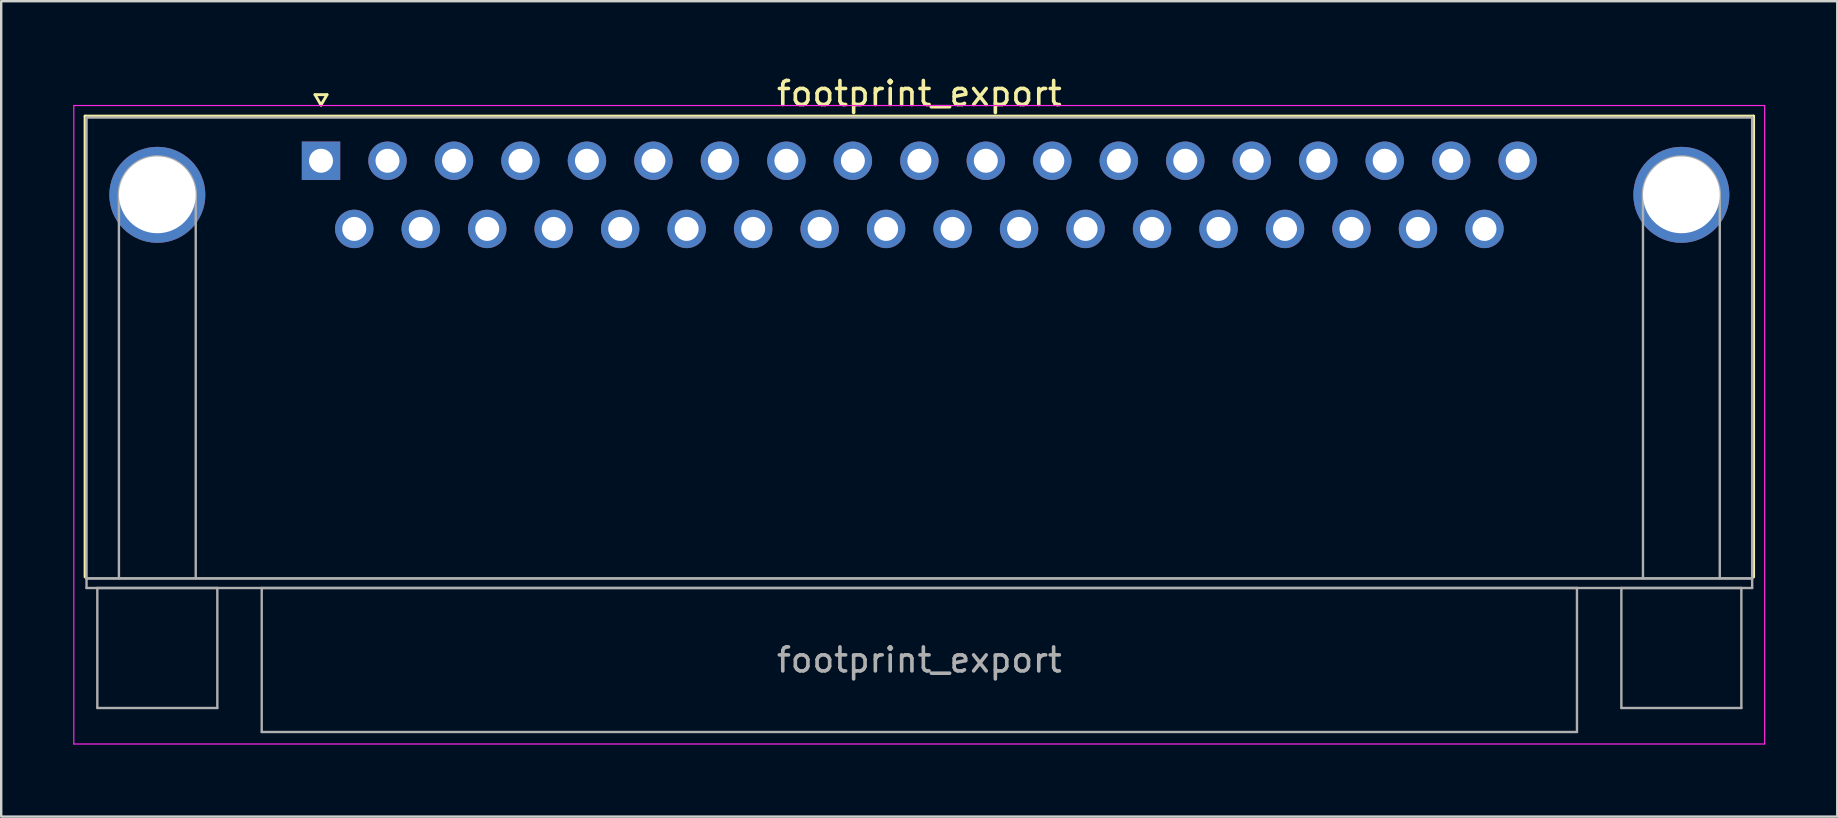
<source format=kicad_pcb>
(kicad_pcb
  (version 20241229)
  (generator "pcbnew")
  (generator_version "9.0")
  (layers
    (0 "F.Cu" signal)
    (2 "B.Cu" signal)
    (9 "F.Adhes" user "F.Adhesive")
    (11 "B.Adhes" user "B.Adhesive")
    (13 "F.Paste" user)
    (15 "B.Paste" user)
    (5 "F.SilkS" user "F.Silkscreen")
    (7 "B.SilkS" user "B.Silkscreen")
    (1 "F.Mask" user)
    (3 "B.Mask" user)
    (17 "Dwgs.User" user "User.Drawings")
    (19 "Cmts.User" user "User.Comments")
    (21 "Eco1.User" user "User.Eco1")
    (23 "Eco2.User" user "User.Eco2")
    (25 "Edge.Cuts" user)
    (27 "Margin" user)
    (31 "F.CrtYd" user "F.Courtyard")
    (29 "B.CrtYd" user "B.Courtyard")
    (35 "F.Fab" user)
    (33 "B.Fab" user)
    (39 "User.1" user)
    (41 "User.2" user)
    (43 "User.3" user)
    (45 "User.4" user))
  (footprint "footprint_export"
    (layer "F.Cu")
    (at 10.325 3.648)
    (property "Reference" "footprint_export" (at 24.93 -2.8 0) (layer "F.SilkS") (effects (font (size 1 1) (thickness 0.15))))
    (attr through_hole)
    (fp_line (start -9.83 -1.86) (end 59.69 -1.86) (stroke (width 0.12) (type solid)) (layer "F.SilkS"))
    (fp_line (start -9.83 17.34) (end -9.83 -1.86) (stroke (width 0.12) (type solid)) (layer "F.SilkS"))
    (fp_line (start -0.25 -2.754) (end 0.25 -2.754) (stroke (width 0.12) (type solid)) (layer "F.SilkS"))
    (fp_line (start 0 -2.321) (end -0.25 -2.754) (stroke (width 0.12) (type solid)) (layer "F.SilkS"))
    (fp_line (start 0.25 -2.754) (end 0 -2.321) (stroke (width 0.12) (type solid)) (layer "F.SilkS"))
    (fp_line (start 59.69 -1.86) (end 59.69 17.34) (stroke (width 0.12) (type solid)) (layer "F.SilkS"))
    (fp_line (start -10.3 -2.3) (end -10.3 24.3) (stroke (width 0.05) (type solid)) (layer "F.CrtYd"))
    (fp_line (start -10.3 24.3) (end 60.15 24.3) (stroke (width 0.05) (type solid)) (layer "F.CrtYd"))
    (fp_line (start 60.15 -2.3) (end -10.3 -2.3) (stroke (width 0.05) (type solid)) (layer "F.CrtYd"))
    (fp_line (start 60.15 24.3) (end 60.15 -2.3) (stroke (width 0.05) (type solid)) (layer "F.CrtYd"))
    (fp_line (start -9.77 -1.8) (end -9.77 17.4) (stroke (width 0.1) (type solid)) (layer "F.Fab"))
    (fp_line (start -9.77 17.4) (end -9.77 17.8) (stroke (width 0.1) (type solid)) (layer "F.Fab"))
    (fp_line (start -9.77 17.4) (end 59.63 17.4) (stroke (width 0.1) (type solid)) (layer "F.Fab"))
    (fp_line (start -9.77 17.8) (end 59.63 17.8) (stroke (width 0.1) (type solid)) (layer "F.Fab"))
    (fp_line (start -9.32 17.8) (end -9.32 22.8) (stroke (width 0.1) (type solid)) (layer "F.Fab"))
    (fp_line (start -9.32 22.8) (end -4.32 22.8) (stroke (width 0.1) (type solid)) (layer "F.Fab"))
    (fp_line (start -8.42 17.4) (end -8.42 1.42) (stroke (width 0.1) (type solid)) (layer "F.Fab"))
    (fp_line (start -5.22 17.4) (end -5.22 1.42) (stroke (width 0.1) (type solid)) (layer "F.Fab"))
    (fp_line (start -4.32 17.8) (end -9.32 17.8) (stroke (width 0.1) (type solid)) (layer "F.Fab"))
    (fp_line (start -4.32 22.8) (end -4.32 17.8) (stroke (width 0.1) (type solid)) (layer "F.Fab"))
    (fp_line (start -2.47 17.8) (end -2.47 23.8) (stroke (width 0.1) (type solid)) (layer "F.Fab"))
    (fp_line (start -2.47 23.8) (end 52.33 23.8) (stroke (width 0.1) (type solid)) (layer "F.Fab"))
    (fp_line (start 52.33 17.8) (end -2.47 17.8) (stroke (width 0.1) (type solid)) (layer "F.Fab"))
    (fp_line (start 52.33 23.8) (end 52.33 17.8) (stroke (width 0.1) (type solid)) (layer "F.Fab"))
    (fp_line (start 54.18 17.8) (end 54.18 22.8) (stroke (width 0.1) (type solid)) (layer "F.Fab"))
    (fp_line (start 54.18 22.8) (end 59.18 22.8) (stroke (width 0.1) (type solid)) (layer "F.Fab"))
    (fp_line (start 55.08 17.4) (end 55.08 1.42) (stroke (width 0.1) (type solid)) (layer "F.Fab"))
    (fp_line (start 58.28 17.4) (end 58.28 1.42) (stroke (width 0.1) (type solid)) (layer "F.Fab"))
    (fp_line (start 59.18 17.8) (end 54.18 17.8) (stroke (width 0.1) (type solid)) (layer "F.Fab"))
    (fp_line (start 59.18 22.8) (end 59.18 17.8) (stroke (width 0.1) (type solid)) (layer "F.Fab"))
    (fp_line (start 59.63 -1.8) (end -9.77 -1.8) (stroke (width 0.1) (type solid)) (layer "F.Fab"))
    (fp_line (start 59.63 17.4) (end -9.77 17.4) (stroke (width 0.1) (type solid)) (layer "F.Fab"))
    (fp_line (start 59.63 17.4) (end 59.63 -1.8) (stroke (width 0.1) (type solid)) (layer "F.Fab"))
    (fp_line (start 59.63 17.8) (end 59.63 17.4) (stroke (width 0.1) (type solid)) (layer "F.Fab"))
    (fp_arc (start -8.42 1.42) (mid -6.82 -0.18) (end -5.22 1.42) (stroke (width 0.1) (type solid)) (layer "F.Fab"))
    (fp_arc (start 55.08 1.42) (mid 56.68 -0.18) (end 58.28 1.42) (stroke (width 0.1) (type solid)) (layer "F.Fab"))
    (fp_text user "${REFERENCE}" (at 24.93 20.8 0) (layer "F.Fab") (effects (font (size 1 1) (thickness 0.15))))
    (pad "0" thru_hole circle (at -6.82 1.42) (size 4 4) (drill 3.2) (layers "*.Cu" "*.Mask"))
    (pad "0" thru_hole circle (at 56.68 1.42) (size 4 4) (drill 3.2) (layers "*.Cu" "*.Mask"))
    (pad "1" thru_hole rect (at 0 0) (size 1.6 1.6) (drill 1) (layers "*.Cu" "*.Mask"))
    (pad "2" thru_hole circle (at 2.77 0) (size 1.6 1.6) (drill 1) (layers "*.Cu" "*.Mask"))
    (pad "3" thru_hole circle (at 5.54 0) (size 1.6 1.6) (drill 1) (layers "*.Cu" "*.Mask"))
    (pad "4" thru_hole circle (at 8.31 0) (size 1.6 1.6) (drill 1) (layers "*.Cu" "*.Mask"))
    (pad "5" thru_hole circle (at 11.08 0) (size 1.6 1.6) (drill 1) (layers "*.Cu" "*.Mask"))
    (pad "6" thru_hole circle (at 13.85 0) (size 1.6 1.6) (drill 1) (layers "*.Cu" "*.Mask"))
    (pad "7" thru_hole circle (at 16.62 0) (size 1.6 1.6) (drill 1) (layers "*.Cu" "*.Mask"))
    (pad "8" thru_hole circle (at 19.39 0) (size 1.6 1.6) (drill 1) (layers "*.Cu" "*.Mask"))
    (pad "9" thru_hole circle (at 22.16 0) (size 1.6 1.6) (drill 1) (layers "*.Cu" "*.Mask"))
    (pad "10" thru_hole circle (at 24.93 0) (size 1.6 1.6) (drill 1) (layers "*.Cu" "*.Mask"))
    (pad "11" thru_hole circle (at 27.7 0) (size 1.6 1.6) (drill 1) (layers "*.Cu" "*.Mask"))
    (pad "12" thru_hole circle (at 30.47 0) (size 1.6 1.6) (drill 1) (layers "*.Cu" "*.Mask"))
    (pad "13" thru_hole circle (at 33.24 0) (size 1.6 1.6) (drill 1) (layers "*.Cu" "*.Mask"))
    (pad "14" thru_hole circle (at 36.01 0) (size 1.6 1.6) (drill 1) (layers "*.Cu" "*.Mask"))
    (pad "15" thru_hole circle (at 38.78 0) (size 1.6 1.6) (drill 1) (layers "*.Cu" "*.Mask"))
    (pad "16" thru_hole circle (at 41.55 0) (size 1.6 1.6) (drill 1) (layers "*.Cu" "*.Mask"))
    (pad "17" thru_hole circle (at 44.32 0) (size 1.6 1.6) (drill 1) (layers "*.Cu" "*.Mask"))
    (pad "18" thru_hole circle (at 47.09 0) (size 1.6 1.6) (drill 1) (layers "*.Cu" "*.Mask"))
    (pad "19" thru_hole circle (at 49.86 0) (size 1.6 1.6) (drill 1) (layers "*.Cu" "*.Mask"))
    (pad "20" thru_hole circle (at 1.385 2.84) (size 1.6 1.6) (drill 1) (layers "*.Cu" "*.Mask"))
    (pad "21" thru_hole circle (at 4.155 2.84) (size 1.6 1.6) (drill 1) (layers "*.Cu" "*.Mask"))
    (pad "22" thru_hole circle (at 6.925 2.84) (size 1.6 1.6) (drill 1) (layers "*.Cu" "*.Mask"))
    (pad "23" thru_hole circle (at 9.695 2.84) (size 1.6 1.6) (drill 1) (layers "*.Cu" "*.Mask"))
    (pad "24" thru_hole circle (at 12.465 2.84) (size 1.6 1.6) (drill 1) (layers "*.Cu" "*.Mask"))
    (pad "25" thru_hole circle (at 15.235 2.84) (size 1.6 1.6) (drill 1) (layers "*.Cu" "*.Mask"))
    (pad "26" thru_hole circle (at 18.005 2.84) (size 1.6 1.6) (drill 1) (layers "*.Cu" "*.Mask"))
    (pad "27" thru_hole circle (at 20.775 2.84) (size 1.6 1.6) (drill 1) (layers "*.Cu" "*.Mask"))
    (pad "28" thru_hole circle (at 23.545 2.84) (size 1.6 1.6) (drill 1) (layers "*.Cu" "*.Mask"))
    (pad "29" thru_hole circle (at 26.315 2.84) (size 1.6 1.6) (drill 1) (layers "*.Cu" "*.Mask"))
    (pad "30" thru_hole circle (at 29.085 2.84) (size 1.6 1.6) (drill 1) (layers "*.Cu" "*.Mask"))
    (pad "31" thru_hole circle (at 31.855 2.84) (size 1.6 1.6) (drill 1) (layers "*.Cu" "*.Mask"))
    (pad "32" thru_hole circle (at 34.625 2.84) (size 1.6 1.6) (drill 1) (layers "*.Cu" "*.Mask"))
    (pad "33" thru_hole circle (at 37.395 2.84) (size 1.6 1.6) (drill 1) (layers "*.Cu" "*.Mask"))
    (pad "34" thru_hole circle (at 40.165 2.84) (size 1.6 1.6) (drill 1) (layers "*.Cu" "*.Mask"))
    (pad "35" thru_hole circle (at 42.935 2.84) (size 1.6 1.6) (drill 1) (layers "*.Cu" "*.Mask"))
    (pad "36" thru_hole circle (at 45.705 2.84) (size 1.6 1.6) (drill 1) (layers "*.Cu" "*.Mask"))
    (pad "37" thru_hole circle (at 48.475 2.84) (size 1.6 1.6) (drill 1) (layers "*.Cu" "*.Mask")))
  (gr_rect
    (start -3 -3)
    (end 73.5 30.973)
    (stroke (width 0.1) (type default))
    (fill no)
    (layer "Edge.Cuts")))
</source>
